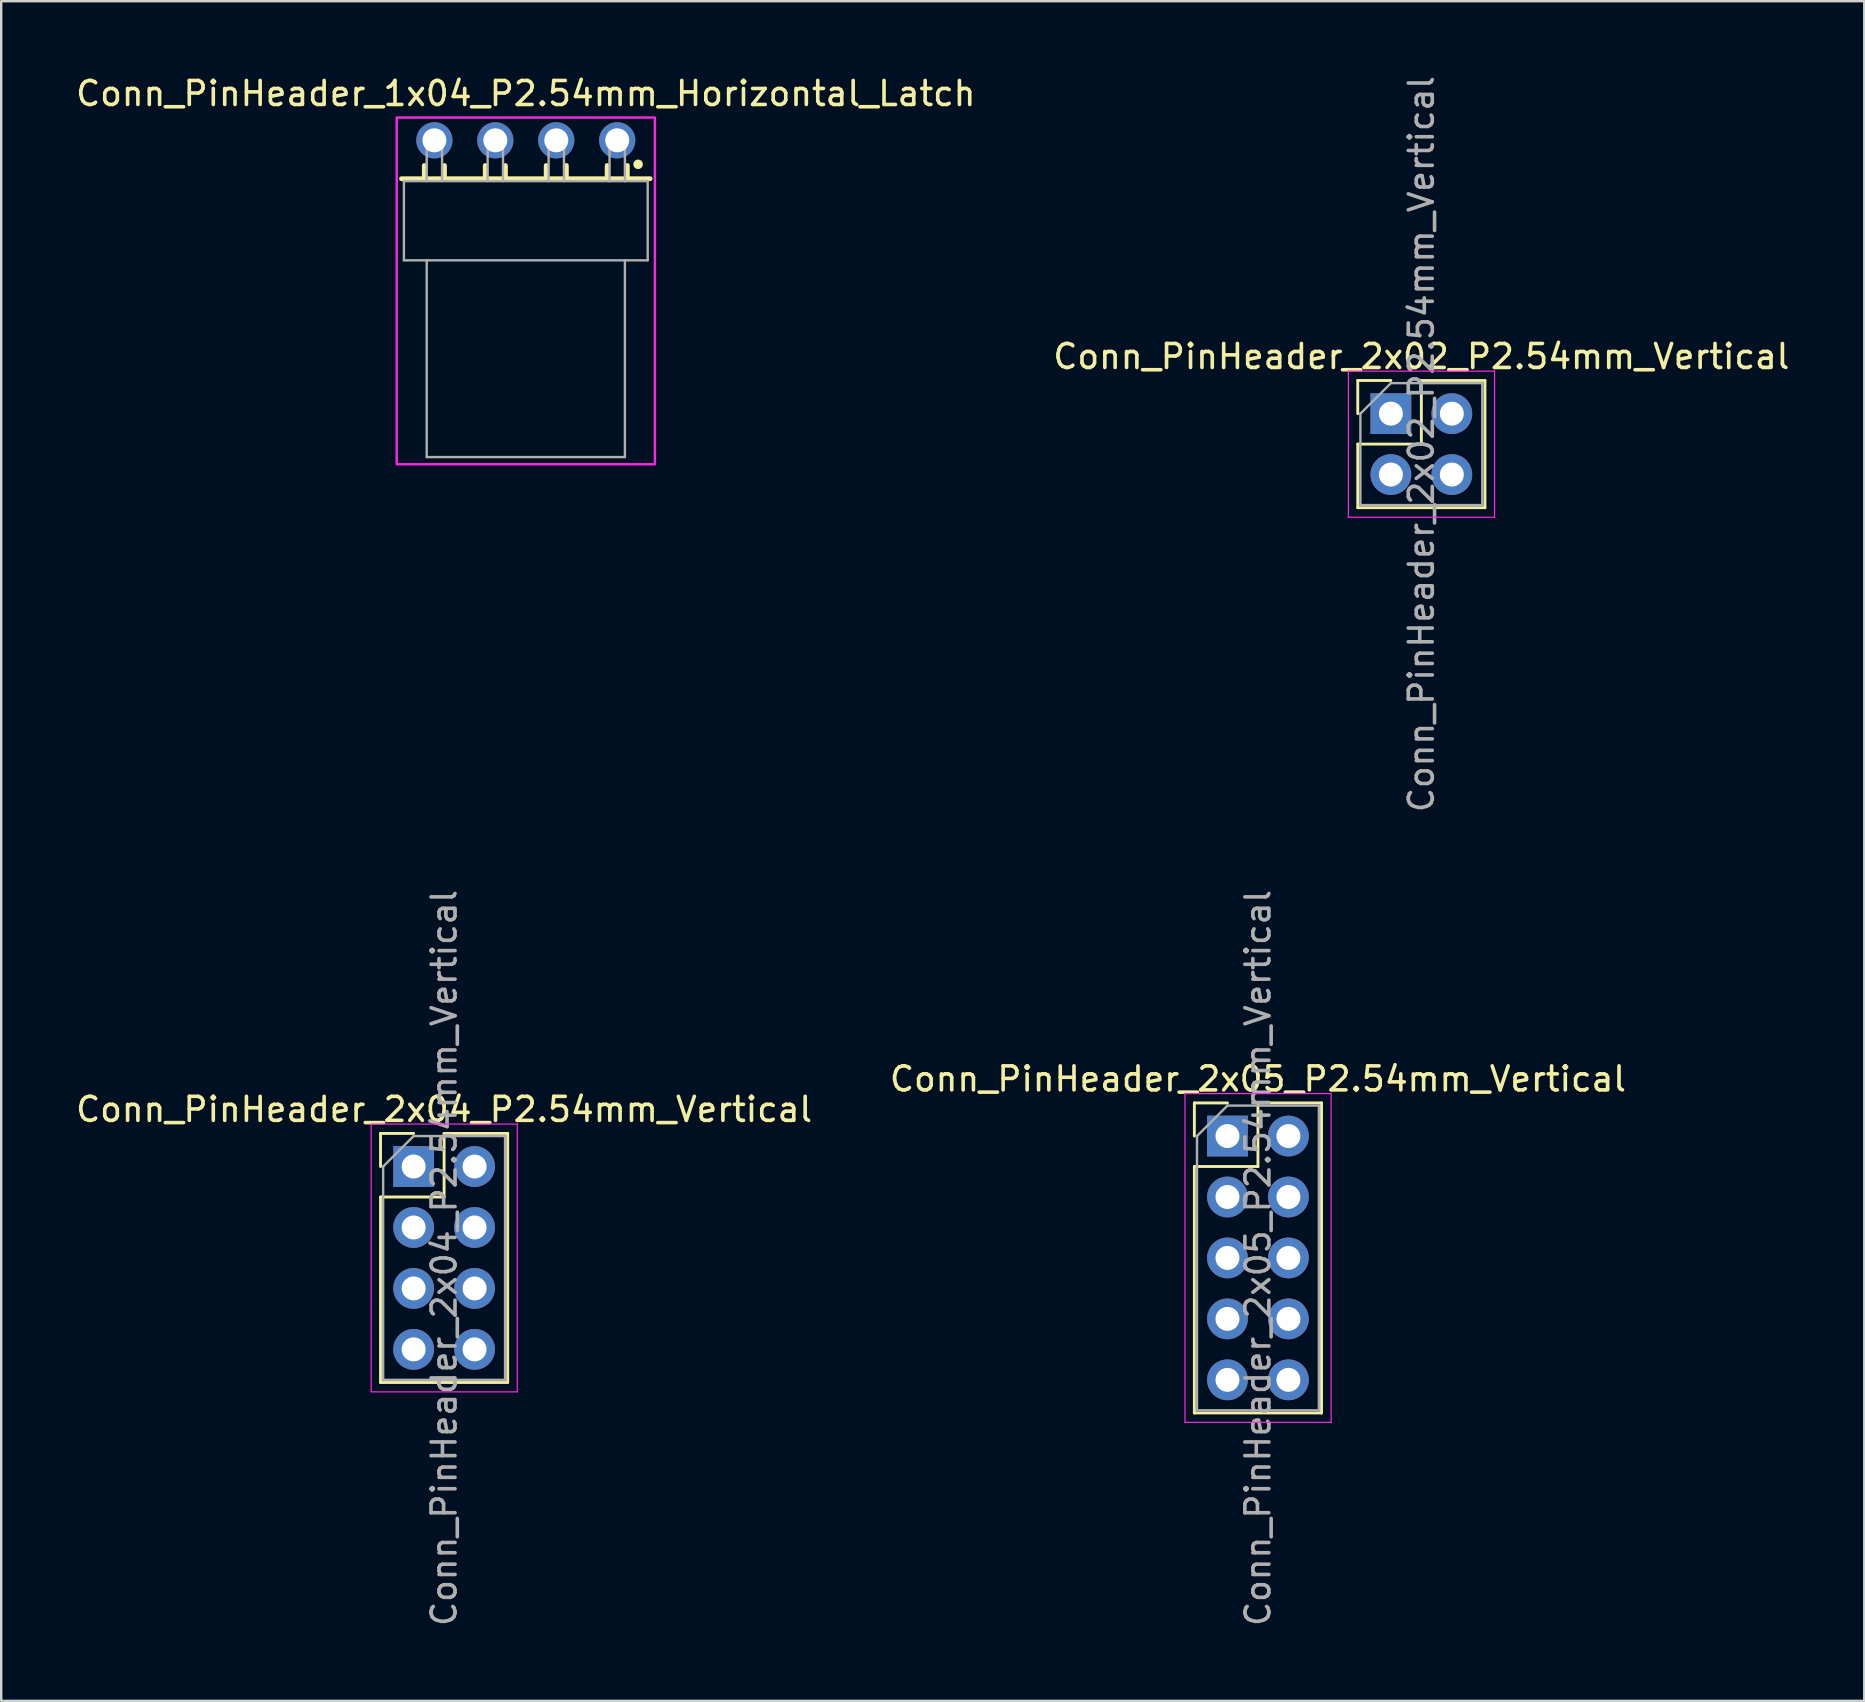
<source format=kicad_pcb>
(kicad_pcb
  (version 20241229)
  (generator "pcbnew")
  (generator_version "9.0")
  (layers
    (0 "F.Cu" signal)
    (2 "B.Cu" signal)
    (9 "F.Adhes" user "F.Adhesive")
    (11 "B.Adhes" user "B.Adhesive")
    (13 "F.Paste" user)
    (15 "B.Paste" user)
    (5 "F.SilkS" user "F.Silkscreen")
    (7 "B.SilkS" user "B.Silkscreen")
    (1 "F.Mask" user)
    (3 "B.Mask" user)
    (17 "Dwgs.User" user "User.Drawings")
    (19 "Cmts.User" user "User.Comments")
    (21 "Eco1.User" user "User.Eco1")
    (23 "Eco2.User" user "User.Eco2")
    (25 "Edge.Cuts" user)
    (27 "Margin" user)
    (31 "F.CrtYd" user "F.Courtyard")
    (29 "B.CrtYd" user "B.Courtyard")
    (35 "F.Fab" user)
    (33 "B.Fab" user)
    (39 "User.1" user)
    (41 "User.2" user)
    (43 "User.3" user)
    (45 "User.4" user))
  (footprint "Conn_PinHeader_2x05_P2.54mm_Vertical"
    (layer "F.Cu")
    (at 48.105 44.295)
    (property "Reference" "Conn_PinHeader_2x05_P2.54mm_Vertical" (at 1.27 -2.38 0) (layer "F.SilkS") (effects (font (size 1 1) (thickness 0.15))))
    (attr through_hole)
    (fp_line (start -1.38 -1.38) (end 0 -1.38) (stroke (width 0.12) (type solid)) (layer "F.SilkS"))
    (fp_line (start -1.38 0) (end -1.38 -1.38) (stroke (width 0.12) (type solid)) (layer "F.SilkS"))
    (fp_line (start -1.38 1.27) (end -1.38 11.54) (stroke (width 0.12) (type solid)) (layer "F.SilkS"))
    (fp_line (start -1.38 1.27) (end 1.27 1.27) (stroke (width 0.12) (type solid)) (layer "F.SilkS"))
    (fp_line (start -1.38 11.54) (end 3.92 11.54) (stroke (width 0.12) (type solid)) (layer "F.SilkS"))
    (fp_line (start 1.27 -1.38) (end 3.92 -1.38) (stroke (width 0.12) (type solid)) (layer "F.SilkS"))
    (fp_line (start 1.27 1.27) (end 1.27 -1.38) (stroke (width 0.12) (type solid)) (layer "F.SilkS"))
    (fp_line (start 3.92 -1.38) (end 3.92 11.54) (stroke (width 0.12) (type solid)) (layer "F.SilkS"))
    (fp_line (start -1.77 -1.77) (end -1.77 11.93) (stroke (width 0.05) (type solid)) (layer "F.CrtYd"))
    (fp_line (start -1.77 11.93) (end 4.32 11.93) (stroke (width 0.05) (type solid)) (layer "F.CrtYd"))
    (fp_line (start 4.32 -1.77) (end -1.77 -1.77) (stroke (width 0.05) (type solid)) (layer "F.CrtYd"))
    (fp_line (start 4.32 11.93) (end 4.32 -1.77) (stroke (width 0.05) (type solid)) (layer "F.CrtYd"))
    (fp_line (start -1.27 0) (end 0 -1.27) (stroke (width 0.1) (type solid)) (layer "F.Fab"))
    (fp_line (start -1.27 11.43) (end -1.27 0) (stroke (width 0.1) (type solid)) (layer "F.Fab"))
    (fp_line (start 0 -1.27) (end 3.81 -1.27) (stroke (width 0.1) (type solid)) (layer "F.Fab"))
    (fp_line (start 3.81 -1.27) (end 3.81 11.43) (stroke (width 0.1) (type solid)) (layer "F.Fab"))
    (fp_line (start 3.81 11.43) (end -1.27 11.43) (stroke (width 0.1) (type solid)) (layer "F.Fab"))
    (fp_text user "${REFERENCE}" (at 1.27 5.08 90) (layer "F.Fab") (effects (font (size 1 1) (thickness 0.15))))
    (pad "1" thru_hole rect (at 0 0) (size 1.7 1.7) (drill 1) (layers "*.Cu" "*.Mask"))
    (pad "2" thru_hole circle (at 2.54 0) (size 1.7 1.7) (drill 1) (layers "*.Cu" "*.Mask"))
    (pad "3" thru_hole circle (at 0 2.54) (size 1.7 1.7) (drill 1) (layers "*.Cu" "*.Mask"))
    (pad "4" thru_hole circle (at 2.54 2.54) (size 1.7 1.7) (drill 1) (layers "*.Cu" "*.Mask"))
    (pad "5" thru_hole circle (at 0 5.08) (size 1.7 1.7) (drill 1) (layers "*.Cu" "*.Mask"))
    (pad "6" thru_hole circle (at 2.54 5.08) (size 1.7 1.7) (drill 1) (layers "*.Cu" "*.Mask"))
    (pad "7" thru_hole circle (at 0 7.62) (size 1.7 1.7) (drill 1) (layers "*.Cu" "*.Mask"))
    (pad "8" thru_hole circle (at 2.54 7.62) (size 1.7 1.7) (drill 1) (layers "*.Cu" "*.Mask"))
    (pad "9" thru_hole circle (at 0 10.16) (size 1.7 1.7) (drill 1) (layers "*.Cu" "*.Mask"))
    (pad "10" thru_hole circle (at 2.54 10.16) (size 1.7 1.7) (drill 1) (layers "*.Cu" "*.Mask")))
  (footprint "Conn_PinHeader_2x02_P2.54mm_Vertical"
    (layer "F.Cu")
    (at 54.915 14.188)
    (property "Reference" "Conn_PinHeader_2x02_P2.54mm_Vertical" (at 1.27 -2.38 0) (layer "F.SilkS") (effects (font (size 1 1) (thickness 0.15))))
    (attr through_hole)
    (fp_line (start -1.38 -1.38) (end 0 -1.38) (stroke (width 0.12) (type solid)) (layer "F.SilkS"))
    (fp_line (start -1.38 0) (end -1.38 -1.38) (stroke (width 0.12) (type solid)) (layer "F.SilkS"))
    (fp_line (start -1.38 1.27) (end -1.38 3.92) (stroke (width 0.12) (type solid)) (layer "F.SilkS"))
    (fp_line (start -1.38 1.27) (end 1.27 1.27) (stroke (width 0.12) (type solid)) (layer "F.SilkS"))
    (fp_line (start -1.38 3.92) (end 3.92 3.92) (stroke (width 0.12) (type solid)) (layer "F.SilkS"))
    (fp_line (start 1.27 -1.38) (end 3.92 -1.38) (stroke (width 0.12) (type solid)) (layer "F.SilkS"))
    (fp_line (start 1.27 1.27) (end 1.27 -1.38) (stroke (width 0.12) (type solid)) (layer "F.SilkS"))
    (fp_line (start 3.92 -1.38) (end 3.92 3.92) (stroke (width 0.12) (type solid)) (layer "F.SilkS"))
    (fp_line (start -1.77 -1.77) (end -1.77 4.32) (stroke (width 0.05) (type solid)) (layer "F.CrtYd"))
    (fp_line (start -1.77 4.32) (end 4.32 4.32) (stroke (width 0.05) (type solid)) (layer "F.CrtYd"))
    (fp_line (start 4.32 -1.77) (end -1.77 -1.77) (stroke (width 0.05) (type solid)) (layer "F.CrtYd"))
    (fp_line (start 4.32 4.32) (end 4.32 -1.77) (stroke (width 0.05) (type solid)) (layer "F.CrtYd"))
    (fp_line (start -1.27 0) (end 0 -1.27) (stroke (width 0.1) (type solid)) (layer "F.Fab"))
    (fp_line (start -1.27 3.81) (end -1.27 0) (stroke (width 0.1) (type solid)) (layer "F.Fab"))
    (fp_line (start 0 -1.27) (end 3.81 -1.27) (stroke (width 0.1) (type solid)) (layer "F.Fab"))
    (fp_line (start 3.81 -1.27) (end 3.81 3.81) (stroke (width 0.1) (type solid)) (layer "F.Fab"))
    (fp_line (start 3.81 3.81) (end -1.27 3.81) (stroke (width 0.1) (type solid)) (layer "F.Fab"))
    (fp_text user "${REFERENCE}" (at 1.27 1.27 90) (layer "F.Fab") (effects (font (size 1 1) (thickness 0.15))))
    (pad "1" thru_hole rect (at 0 0) (size 1.7 1.7) (drill 1) (layers "*.Cu" "*.Mask"))
    (pad "2" thru_hole circle (at 2.54 0) (size 1.7 1.7) (drill 1) (layers "*.Cu" "*.Mask"))
    (pad "3" thru_hole circle (at 0 2.54) (size 1.7 1.7) (drill 1) (layers "*.Cu" "*.Mask"))
    (pad "4" thru_hole circle (at 2.54 2.54) (size 1.7 1.7) (drill 1) (layers "*.Cu" "*.Mask")))
  (footprint "Conn_PinHeader_2x04_P2.54mm_Vertical"
    (layer "F.Cu")
    (at 14.188 45.565)
    (property "Reference" "Conn_PinHeader_2x04_P2.54mm_Vertical" (at 1.27 -2.38 0) (layer "F.SilkS") (effects (font (size 1 1) (thickness 0.15))))
    (attr through_hole)
    (fp_line (start -1.38 -1.38) (end 0 -1.38) (stroke (width 0.12) (type solid)) (layer "F.SilkS"))
    (fp_line (start -1.38 0) (end -1.38 -1.38) (stroke (width 0.12) (type solid)) (layer "F.SilkS"))
    (fp_line (start -1.38 1.27) (end -1.38 9) (stroke (width 0.12) (type solid)) (layer "F.SilkS"))
    (fp_line (start -1.38 1.27) (end 1.27 1.27) (stroke (width 0.12) (type solid)) (layer "F.SilkS"))
    (fp_line (start -1.38 9) (end 3.92 9) (stroke (width 0.12) (type solid)) (layer "F.SilkS"))
    (fp_line (start 1.27 -1.38) (end 3.92 -1.38) (stroke (width 0.12) (type solid)) (layer "F.SilkS"))
    (fp_line (start 1.27 1.27) (end 1.27 -1.38) (stroke (width 0.12) (type solid)) (layer "F.SilkS"))
    (fp_line (start 3.92 -1.38) (end 3.92 9) (stroke (width 0.12) (type solid)) (layer "F.SilkS"))
    (fp_line (start -1.77 -1.77) (end -1.77 9.39) (stroke (width 0.05) (type solid)) (layer "F.CrtYd"))
    (fp_line (start -1.77 9.39) (end 4.32 9.39) (stroke (width 0.05) (type solid)) (layer "F.CrtYd"))
    (fp_line (start 4.32 -1.77) (end -1.77 -1.77) (stroke (width 0.05) (type solid)) (layer "F.CrtYd"))
    (fp_line (start 4.32 9.39) (end 4.32 -1.77) (stroke (width 0.05) (type solid)) (layer "F.CrtYd"))
    (fp_line (start -1.27 0) (end 0 -1.27) (stroke (width 0.1) (type solid)) (layer "F.Fab"))
    (fp_line (start -1.27 8.89) (end -1.27 0) (stroke (width 0.1) (type solid)) (layer "F.Fab"))
    (fp_line (start 0 -1.27) (end 3.81 -1.27) (stroke (width 0.1) (type solid)) (layer "F.Fab"))
    (fp_line (start 3.81 -1.27) (end 3.81 8.89) (stroke (width 0.1) (type solid)) (layer "F.Fab"))
    (fp_line (start 3.81 8.89) (end -1.27 8.89) (stroke (width 0.1) (type solid)) (layer "F.Fab"))
    (fp_text user "${REFERENCE}" (at 1.27 3.81 90) (layer "F.Fab") (effects (font (size 1 1) (thickness 0.15))))
    (pad "1" thru_hole rect (at 0 0) (size 1.7 1.7) (drill 1) (layers "*.Cu" "*.Mask"))
    (pad "2" thru_hole circle (at 2.54 0) (size 1.7 1.7) (drill 1) (layers "*.Cu" "*.Mask"))
    (pad "3" thru_hole circle (at 0 2.54) (size 1.7 1.7) (drill 1) (layers "*.Cu" "*.Mask"))
    (pad "4" thru_hole circle (at 2.54 2.54) (size 1.7 1.7) (drill 1) (layers "*.Cu" "*.Mask"))
    (pad "5" thru_hole circle (at 0 5.08) (size 1.7 1.7) (drill 1) (layers "*.Cu" "*.Mask"))
    (pad "6" thru_hole circle (at 2.54 5.08) (size 1.7 1.7) (drill 1) (layers "*.Cu" "*.Mask"))
    (pad "7" thru_hole circle (at 0 7.62) (size 1.7 1.7) (drill 1) (layers "*.Cu" "*.Mask"))
    (pad "8" thru_hole circle (at 2.54 7.62) (size 1.7 1.7) (drill 1) (layers "*.Cu" "*.Mask")))
  (footprint "Conn_PinHeader_1x04_P2.54mm_Horizontal_Latch"
    (layer "F.Cu")
    (at 18.863 6.148)
    (property "Reference" "Conn_PinHeader_1x04_P2.54mm_Horizontal_Latch" (at 0 -5.3 0) (layer "F.SilkS") (effects (font (size 1 1) (thickness 0.15))))
    (attr through_hole)
    (fp_line (start -5.18 -1.75) (end -4.23 -1.75) (stroke (width 0.2) (type solid)) (layer "F.SilkS"))
    (fp_line (start -4.23 -2.3) (end -4.23 -1.75) (stroke (width 0.2) (type solid)) (layer "F.SilkS"))
    (fp_line (start -4.23 -1.75) (end -3.39 -1.75) (stroke (width 0.2) (type solid)) (layer "F.SilkS"))
    (fp_line (start -3.39 -2.3) (end -3.39 -1.75) (stroke (width 0.2) (type solid)) (layer "F.SilkS"))
    (fp_line (start -3.39 -1.75) (end 5.18 -1.75) (stroke (width 0.2) (type solid)) (layer "F.SilkS"))
    (fp_line (start -1.69 -2.3) (end -1.69 -1.75) (stroke (width 0.2) (type solid)) (layer "F.SilkS"))
    (fp_line (start -0.85 -2.3) (end -0.85 -1.75) (stroke (width 0.2) (type solid)) (layer "F.SilkS"))
    (fp_line (start 0.85 -2.3) (end 0.85 -1.75) (stroke (width 0.2) (type solid)) (layer "F.SilkS"))
    (fp_line (start 1.69 -2.3) (end 1.69 -1.75) (stroke (width 0.2) (type solid)) (layer "F.SilkS"))
    (fp_line (start 3.39 -2.3) (end 3.39 -1.75) (stroke (width 0.2) (type solid)) (layer "F.SilkS"))
    (fp_line (start 4.23 -2.3) (end 4.23 -1.75) (stroke (width 0.2) (type solid)) (layer "F.SilkS"))
    (fp_circle (center 4.68 -2.35) (end 4.78 -2.35) (stroke (width 0.2) (type solid)) (fill no) (layer "F.SilkS"))
    (fp_poly (pts (xy -5.38 -4.3) (xy 5.38 -4.3) (xy 5.38 10.15) (xy -5.38 10.15)) (stroke (width 0.1) (type solid)) (fill no) (layer "F.CrtYd"))
    (fp_line (start -5.08 -1.65) (end 3.49 -1.65) (stroke (width 0.1) (type solid)) (layer "F.Fab"))
    (fp_line (start -5.08 1.65) (end -5.08 -1.65) (stroke (width 0.1) (type solid)) (layer "F.Fab"))
    (fp_line (start -5.08 1.65) (end -4.13 1.65) (stroke (width 0.1) (type solid)) (layer "F.Fab"))
    (fp_line (start -4.13 -3.67) (end -4.13 -1.65) (stroke (width 0.1) (type solid)) (layer "F.Fab"))
    (fp_line (start -4.13 -3.67) (end -3.49 -3.67) (stroke (width 0.1) (type solid)) (layer "F.Fab"))
    (fp_line (start -4.13 1.65) (end -4.13 9.85) (stroke (width 0.1) (type solid)) (layer "F.Fab"))
    (fp_line (start -4.13 1.65) (end 4.13 1.65) (stroke (width 0.1) (type solid)) (layer "F.Fab"))
    (fp_line (start -3.49 -3.67) (end -3.49 -1.65) (stroke (width 0.1) (type solid)) (layer "F.Fab"))
    (fp_line (start -1.59 -3.67) (end -1.59 -1.65) (stroke (width 0.1) (type solid)) (layer "F.Fab"))
    (fp_line (start -1.59 -3.67) (end -0.95 -3.67) (stroke (width 0.1) (type solid)) (layer "F.Fab"))
    (fp_line (start -0.95 -3.67) (end -0.95 -1.65) (stroke (width 0.1) (type solid)) (layer "F.Fab"))
    (fp_line (start 0.95 -3.67) (end 0.95 -1.65) (stroke (width 0.1) (type solid)) (layer "F.Fab"))
    (fp_line (start 0.95 -3.67) (end 1.59 -3.67) (stroke (width 0.1) (type solid)) (layer "F.Fab"))
    (fp_line (start 1.59 -3.67) (end 1.59 -1.65) (stroke (width 0.1) (type solid)) (layer "F.Fab"))
    (fp_line (start 3.49 -3.67) (end 3.49 -1.65) (stroke (width 0.1) (type solid)) (layer "F.Fab"))
    (fp_line (start 3.49 -3.67) (end 4.13 -3.67) (stroke (width 0.1) (type solid)) (layer "F.Fab"))
    (fp_line (start 3.49 -1.65) (end 4.13 -1.65) (stroke (width 0.1) (type solid)) (layer "F.Fab"))
    (fp_line (start 4.13 -3.67) (end 4.13 -1.65) (stroke (width 0.1) (type solid)) (layer "F.Fab"))
    (fp_line (start 4.13 -1.65) (end 5.08 -1.65) (stroke (width 0.1) (type solid)) (layer "F.Fab"))
    (fp_line (start 4.13 1.65) (end 5.08 1.65) (stroke (width 0.1) (type solid)) (layer "F.Fab"))
    (fp_line (start 4.13 9.85) (end -4.13 9.85) (stroke (width 0.1) (type solid)) (layer "F.Fab"))
    (fp_line (start 4.13 9.85) (end 4.13 1.65) (stroke (width 0.1) (type solid)) (layer "F.Fab"))
    (fp_line (start 5.08 -1.65) (end 5.08 1.65) (stroke (width 0.1) (type solid)) (layer "F.Fab"))
    (pad "1" thru_hole circle (at 3.81 -3.35) (size 1.508 1.508) (drill 1) (layers "*.Cu" "*.Mask"))
    (pad "2" thru_hole circle (at 1.27 -3.35) (size 1.508 1.508) (drill 1) (layers "*.Cu" "*.Mask"))
    (pad "3" thru_hole circle (at -1.27 -3.35) (size 1.508 1.508) (drill 1) (layers "*.Cu" "*.Mask"))
    (pad "4" thru_hole circle (at -3.81 -3.35) (size 1.508 1.508) (drill 1) (layers "*.Cu" "*.Mask")))
  (gr_rect
    (start -3 -3)
    (end 74.643 67.833)
    (stroke (width 0.1) (type default))
    (fill no)
    (layer "Edge.Cuts")))
</source>
